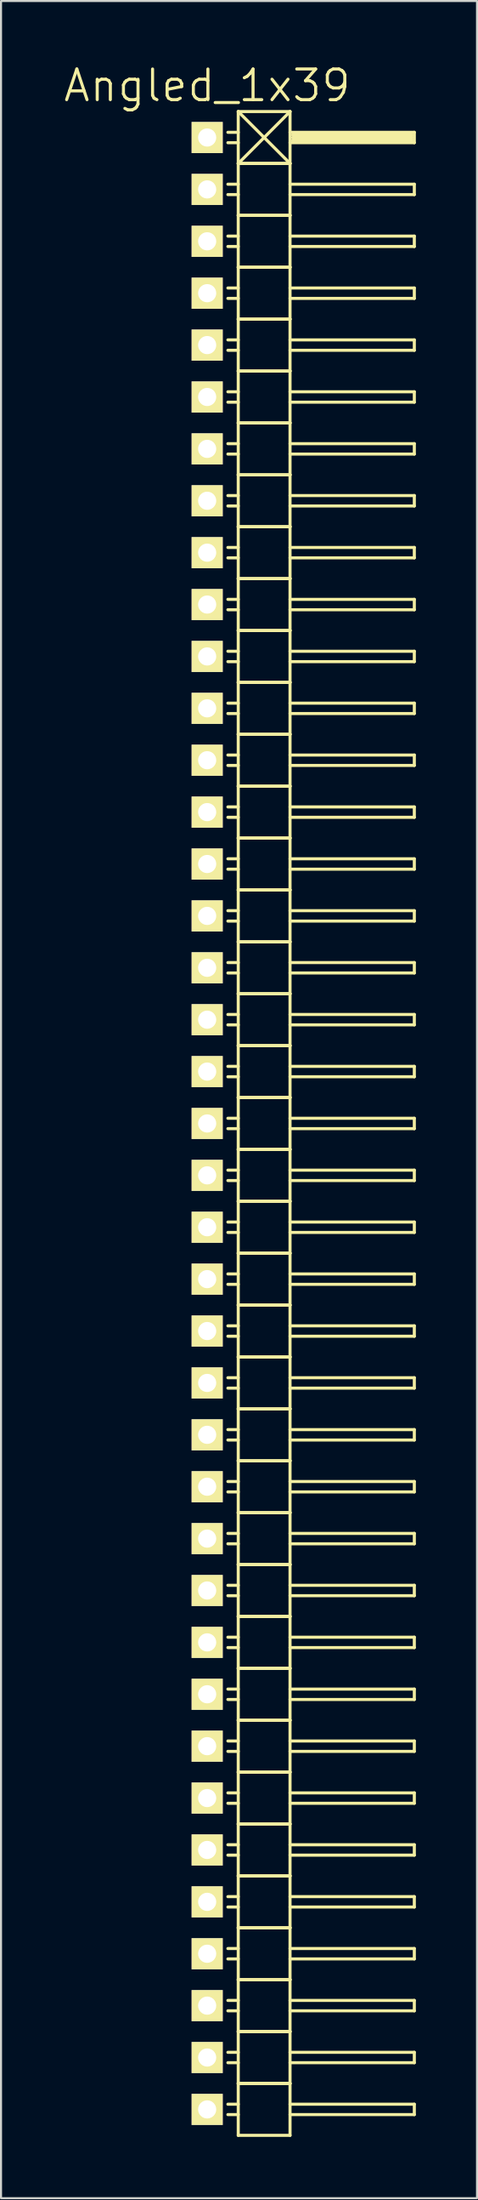
<source format=kicad_pcb>
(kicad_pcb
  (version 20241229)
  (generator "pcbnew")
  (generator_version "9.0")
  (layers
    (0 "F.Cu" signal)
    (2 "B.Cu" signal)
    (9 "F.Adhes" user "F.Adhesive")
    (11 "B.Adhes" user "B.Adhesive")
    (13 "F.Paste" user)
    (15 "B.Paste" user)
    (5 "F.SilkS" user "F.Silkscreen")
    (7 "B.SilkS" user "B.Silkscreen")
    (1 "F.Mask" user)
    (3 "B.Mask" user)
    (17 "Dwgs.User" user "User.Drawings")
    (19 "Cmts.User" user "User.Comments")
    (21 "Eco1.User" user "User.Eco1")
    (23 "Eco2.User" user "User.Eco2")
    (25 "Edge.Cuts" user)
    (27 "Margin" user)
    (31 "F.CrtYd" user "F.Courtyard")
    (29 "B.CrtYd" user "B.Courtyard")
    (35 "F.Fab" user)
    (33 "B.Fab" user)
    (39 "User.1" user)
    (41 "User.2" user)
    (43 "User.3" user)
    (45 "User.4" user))
  (footprint "Angled_1x39"
    (layer "F.Cu")
    (at 7.111 51.941)
    (property "Reference" "Angled_1x39" (at 0 -50.8 0) (layer "F.SilkS") (effects (font (size 1.5 1.5) (thickness 0.15))))
    (attr through_hole)
    (fp_line (start 1.524 -49.53) (end 1.524 -46.99) (stroke (width 0.15) (type solid)) (layer "F.SilkS"))
    (fp_line (start 1.524 -49.53) (end 4.064 -49.53) (stroke (width 0.15) (type solid)) (layer "F.SilkS"))
    (fp_line (start 1.524 -48.514) (end 1.016 -48.514) (stroke (width 0.15) (type solid)) (layer "F.SilkS"))
    (fp_line (start 1.524 -48.006) (end 1.016 -48.006) (stroke (width 0.15) (type solid)) (layer "F.SilkS"))
    (fp_line (start 1.524 -46.99) (end 1.524 -44.45) (stroke (width 0.15) (type solid)) (layer "F.SilkS"))
    (fp_line (start 1.524 -46.99) (end 4.064 -46.99) (stroke (width 0.15) (type solid)) (layer "F.SilkS"))
    (fp_line (start 1.524 -46.99) (end 4.064 -46.99) (stroke (width 0.15) (type solid)) (layer "F.SilkS"))
    (fp_line (start 1.524 -45.974) (end 1.016 -45.974) (stroke (width 0.15) (type solid)) (layer "F.SilkS"))
    (fp_line (start 1.524 -45.466) (end 1.016 -45.466) (stroke (width 0.15) (type solid)) (layer "F.SilkS"))
    (fp_line (start 1.524 -44.45) (end 1.524 -41.91) (stroke (width 0.15) (type solid)) (layer "F.SilkS"))
    (fp_line (start 1.524 -44.45) (end 4.064 -44.45) (stroke (width 0.15) (type solid)) (layer "F.SilkS"))
    (fp_line (start 1.524 -44.45) (end 4.064 -44.45) (stroke (width 0.15) (type solid)) (layer "F.SilkS"))
    (fp_line (start 1.524 -43.434) (end 1.016 -43.434) (stroke (width 0.15) (type solid)) (layer "F.SilkS"))
    (fp_line (start 1.524 -42.926) (end 1.016 -42.926) (stroke (width 0.15) (type solid)) (layer "F.SilkS"))
    (fp_line (start 1.524 -41.91) (end 1.524 -39.37) (stroke (width 0.15) (type solid)) (layer "F.SilkS"))
    (fp_line (start 1.524 -41.91) (end 4.064 -41.91) (stroke (width 0.15) (type solid)) (layer "F.SilkS"))
    (fp_line (start 1.524 -41.91) (end 4.064 -41.91) (stroke (width 0.15) (type solid)) (layer "F.SilkS"))
    (fp_line (start 1.524 -40.894) (end 1.016 -40.894) (stroke (width 0.15) (type solid)) (layer "F.SilkS"))
    (fp_line (start 1.524 -40.386) (end 1.016 -40.386) (stroke (width 0.15) (type solid)) (layer "F.SilkS"))
    (fp_line (start 1.524 -39.37) (end 1.524 -36.83) (stroke (width 0.15) (type solid)) (layer "F.SilkS"))
    (fp_line (start 1.524 -39.37) (end 4.064 -39.37) (stroke (width 0.15) (type solid)) (layer "F.SilkS"))
    (fp_line (start 1.524 -39.37) (end 4.064 -39.37) (stroke (width 0.15) (type solid)) (layer "F.SilkS"))
    (fp_line (start 1.524 -38.354) (end 1.016 -38.354) (stroke (width 0.15) (type solid)) (layer "F.SilkS"))
    (fp_line (start 1.524 -37.846) (end 1.016 -37.846) (stroke (width 0.15) (type solid)) (layer "F.SilkS"))
    (fp_line (start 1.524 -36.83) (end 1.524 -34.29) (stroke (width 0.15) (type solid)) (layer "F.SilkS"))
    (fp_line (start 1.524 -36.83) (end 4.064 -36.83) (stroke (width 0.15) (type solid)) (layer "F.SilkS"))
    (fp_line (start 1.524 -36.83) (end 4.064 -36.83) (stroke (width 0.15) (type solid)) (layer "F.SilkS"))
    (fp_line (start 1.524 -35.814) (end 1.016 -35.814) (stroke (width 0.15) (type solid)) (layer "F.SilkS"))
    (fp_line (start 1.524 -35.306) (end 1.016 -35.306) (stroke (width 0.15) (type solid)) (layer "F.SilkS"))
    (fp_line (start 1.524 -34.29) (end 1.524 -31.75) (stroke (width 0.15) (type solid)) (layer "F.SilkS"))
    (fp_line (start 1.524 -34.29) (end 4.064 -34.29) (stroke (width 0.15) (type solid)) (layer "F.SilkS"))
    (fp_line (start 1.524 -34.29) (end 4.064 -34.29) (stroke (width 0.15) (type solid)) (layer "F.SilkS"))
    (fp_line (start 1.524 -33.274) (end 1.016 -33.274) (stroke (width 0.15) (type solid)) (layer "F.SilkS"))
    (fp_line (start 1.524 -32.766) (end 1.016 -32.766) (stroke (width 0.15) (type solid)) (layer "F.SilkS"))
    (fp_line (start 1.524 -31.75) (end 1.524 -29.21) (stroke (width 0.15) (type solid)) (layer "F.SilkS"))
    (fp_line (start 1.524 -31.75) (end 4.064 -31.75) (stroke (width 0.15) (type solid)) (layer "F.SilkS"))
    (fp_line (start 1.524 -31.75) (end 4.064 -31.75) (stroke (width 0.15) (type solid)) (layer "F.SilkS"))
    (fp_line (start 1.524 -30.734) (end 1.016 -30.734) (stroke (width 0.15) (type solid)) (layer "F.SilkS"))
    (fp_line (start 1.524 -30.226) (end 1.016 -30.226) (stroke (width 0.15) (type solid)) (layer "F.SilkS"))
    (fp_line (start 1.524 -29.21) (end 1.524 -26.67) (stroke (width 0.15) (type solid)) (layer "F.SilkS"))
    (fp_line (start 1.524 -29.21) (end 4.064 -29.21) (stroke (width 0.15) (type solid)) (layer "F.SilkS"))
    (fp_line (start 1.524 -29.21) (end 4.064 -29.21) (stroke (width 0.15) (type solid)) (layer "F.SilkS"))
    (fp_line (start 1.524 -28.194) (end 1.016 -28.194) (stroke (width 0.15) (type solid)) (layer "F.SilkS"))
    (fp_line (start 1.524 -27.686) (end 1.016 -27.686) (stroke (width 0.15) (type solid)) (layer "F.SilkS"))
    (fp_line (start 1.524 -26.67) (end 1.524 -24.13) (stroke (width 0.15) (type solid)) (layer "F.SilkS"))
    (fp_line (start 1.524 -26.67) (end 4.064 -26.67) (stroke (width 0.15) (type solid)) (layer "F.SilkS"))
    (fp_line (start 1.524 -26.67) (end 4.064 -26.67) (stroke (width 0.15) (type solid)) (layer "F.SilkS"))
    (fp_line (start 1.524 -25.654) (end 1.016 -25.654) (stroke (width 0.15) (type solid)) (layer "F.SilkS"))
    (fp_line (start 1.524 -25.146) (end 1.016 -25.146) (stroke (width 0.15) (type solid)) (layer "F.SilkS"))
    (fp_line (start 1.524 -24.13) (end 1.524 -21.59) (stroke (width 0.15) (type solid)) (layer "F.SilkS"))
    (fp_line (start 1.524 -24.13) (end 4.064 -24.13) (stroke (width 0.15) (type solid)) (layer "F.SilkS"))
    (fp_line (start 1.524 -24.13) (end 4.064 -24.13) (stroke (width 0.15) (type solid)) (layer "F.SilkS"))
    (fp_line (start 1.524 -23.114) (end 1.016 -23.114) (stroke (width 0.15) (type solid)) (layer "F.SilkS"))
    (fp_line (start 1.524 -22.606) (end 1.016 -22.606) (stroke (width 0.15) (type solid)) (layer "F.SilkS"))
    (fp_line (start 1.524 -21.59) (end 1.524 -19.05) (stroke (width 0.15) (type solid)) (layer "F.SilkS"))
    (fp_line (start 1.524 -21.59) (end 4.064 -21.59) (stroke (width 0.15) (type solid)) (layer "F.SilkS"))
    (fp_line (start 1.524 -21.59) (end 4.064 -21.59) (stroke (width 0.15) (type solid)) (layer "F.SilkS"))
    (fp_line (start 1.524 -20.574) (end 1.016 -20.574) (stroke (width 0.15) (type solid)) (layer "F.SilkS"))
    (fp_line (start 1.524 -20.066) (end 1.016 -20.066) (stroke (width 0.15) (type solid)) (layer "F.SilkS"))
    (fp_line (start 1.524 -19.05) (end 1.524 -16.51) (stroke (width 0.15) (type solid)) (layer "F.SilkS"))
    (fp_line (start 1.524 -19.05) (end 4.064 -19.05) (stroke (width 0.15) (type solid)) (layer "F.SilkS"))
    (fp_line (start 1.524 -19.05) (end 4.064 -19.05) (stroke (width 0.15) (type solid)) (layer "F.SilkS"))
    (fp_line (start 1.524 -18.034) (end 1.016 -18.034) (stroke (width 0.15) (type solid)) (layer "F.SilkS"))
    (fp_line (start 1.524 -17.526) (end 1.016 -17.526) (stroke (width 0.15) (type solid)) (layer "F.SilkS"))
    (fp_line (start 1.524 -16.51) (end 1.524 -13.97) (stroke (width 0.15) (type solid)) (layer "F.SilkS"))
    (fp_line (start 1.524 -16.51) (end 4.064 -16.51) (stroke (width 0.15) (type solid)) (layer "F.SilkS"))
    (fp_line (start 1.524 -16.51) (end 4.064 -16.51) (stroke (width 0.15) (type solid)) (layer "F.SilkS"))
    (fp_line (start 1.524 -15.494) (end 1.016 -15.494) (stroke (width 0.15) (type solid)) (layer "F.SilkS"))
    (fp_line (start 1.524 -14.986) (end 1.016 -14.986) (stroke (width 0.15) (type solid)) (layer "F.SilkS"))
    (fp_line (start 1.524 -13.97) (end 1.524 -11.43) (stroke (width 0.15) (type solid)) (layer "F.SilkS"))
    (fp_line (start 1.524 -13.97) (end 4.064 -13.97) (stroke (width 0.15) (type solid)) (layer "F.SilkS"))
    (fp_line (start 1.524 -13.97) (end 4.064 -13.97) (stroke (width 0.15) (type solid)) (layer "F.SilkS"))
    (fp_line (start 1.524 -12.954) (end 1.016 -12.954) (stroke (width 0.15) (type solid)) (layer "F.SilkS"))
    (fp_line (start 1.524 -12.446) (end 1.016 -12.446) (stroke (width 0.15) (type solid)) (layer "F.SilkS"))
    (fp_line (start 1.524 -11.43) (end 1.524 -8.89) (stroke (width 0.15) (type solid)) (layer "F.SilkS"))
    (fp_line (start 1.524 -11.43) (end 4.064 -11.43) (stroke (width 0.15) (type solid)) (layer "F.SilkS"))
    (fp_line (start 1.524 -11.43) (end 4.064 -11.43) (stroke (width 0.15) (type solid)) (layer "F.SilkS"))
    (fp_line (start 1.524 -10.414) (end 1.016 -10.414) (stroke (width 0.15) (type solid)) (layer "F.SilkS"))
    (fp_line (start 1.524 -9.906) (end 1.016 -9.906) (stroke (width 0.15) (type solid)) (layer "F.SilkS"))
    (fp_line (start 1.524 -8.89) (end 1.524 -6.35) (stroke (width 0.15) (type solid)) (layer "F.SilkS"))
    (fp_line (start 1.524 -8.89) (end 4.064 -8.89) (stroke (width 0.15) (type solid)) (layer "F.SilkS"))
    (fp_line (start 1.524 -8.89) (end 4.064 -8.89) (stroke (width 0.15) (type solid)) (layer "F.SilkS"))
    (fp_line (start 1.524 -7.874) (end 1.016 -7.874) (stroke (width 0.15) (type solid)) (layer "F.SilkS"))
    (fp_line (start 1.524 -7.366) (end 1.016 -7.366) (stroke (width 0.15) (type solid)) (layer "F.SilkS"))
    (fp_line (start 1.524 -6.35) (end 1.524 -3.81) (stroke (width 0.15) (type solid)) (layer "F.SilkS"))
    (fp_line (start 1.524 -6.35) (end 4.064 -6.35) (stroke (width 0.15) (type solid)) (layer "F.SilkS"))
    (fp_line (start 1.524 -6.35) (end 4.064 -6.35) (stroke (width 0.15) (type solid)) (layer "F.SilkS"))
    (fp_line (start 1.524 -5.334) (end 1.016 -5.334) (stroke (width 0.15) (type solid)) (layer "F.SilkS"))
    (fp_line (start 1.524 -4.826) (end 1.016 -4.826) (stroke (width 0.15) (type solid)) (layer "F.SilkS"))
    (fp_line (start 1.524 -3.81) (end 1.524 -1.27) (stroke (width 0.15) (type solid)) (layer "F.SilkS"))
    (fp_line (start 1.524 -3.81) (end 4.064 -3.81) (stroke (width 0.15) (type solid)) (layer "F.SilkS"))
    (fp_line (start 1.524 -3.81) (end 4.064 -3.81) (stroke (width 0.15) (type solid)) (layer "F.SilkS"))
    (fp_line (start 1.524 -2.794) (end 1.016 -2.794) (stroke (width 0.15) (type solid)) (layer "F.SilkS"))
    (fp_line (start 1.524 -2.286) (end 1.016 -2.286) (stroke (width 0.15) (type solid)) (layer "F.SilkS"))
    (fp_line (start 1.524 -1.27) (end 1.524 1.27) (stroke (width 0.15) (type solid)) (layer "F.SilkS"))
    (fp_line (start 1.524 -1.27) (end 4.064 -1.27) (stroke (width 0.15) (type solid)) (layer "F.SilkS"))
    (fp_line (start 1.524 -1.27) (end 4.064 -1.27) (stroke (width 0.15) (type solid)) (layer "F.SilkS"))
    (fp_line (start 1.524 -0.254) (end 1.016 -0.254) (stroke (width 0.15) (type solid)) (layer "F.SilkS"))
    (fp_line (start 1.524 0.254) (end 1.016 0.254) (stroke (width 0.15) (type solid)) (layer "F.SilkS"))
    (fp_line (start 1.524 1.27) (end 1.524 3.81) (stroke (width 0.15) (type solid)) (layer "F.SilkS"))
    (fp_line (start 1.524 1.27) (end 4.064 1.27) (stroke (width 0.15) (type solid)) (layer "F.SilkS"))
    (fp_line (start 1.524 1.27) (end 4.064 1.27) (stroke (width 0.15) (type solid)) (layer "F.SilkS"))
    (fp_line (start 1.524 2.286) (end 1.016 2.286) (stroke (width 0.15) (type solid)) (layer "F.SilkS"))
    (fp_line (start 1.524 2.794) (end 1.016 2.794) (stroke (width 0.15) (type solid)) (layer "F.SilkS"))
    (fp_line (start 1.524 3.81) (end 1.524 6.35) (stroke (width 0.15) (type solid)) (layer "F.SilkS"))
    (fp_line (start 1.524 3.81) (end 4.064 3.81) (stroke (width 0.15) (type solid)) (layer "F.SilkS"))
    (fp_line (start 1.524 3.81) (end 4.064 3.81) (stroke (width 0.15) (type solid)) (layer "F.SilkS"))
    (fp_line (start 1.524 4.826) (end 1.016 4.826) (stroke (width 0.15) (type solid)) (layer "F.SilkS"))
    (fp_line (start 1.524 5.334) (end 1.016 5.334) (stroke (width 0.15) (type solid)) (layer "F.SilkS"))
    (fp_line (start 1.524 6.35) (end 1.524 8.89) (stroke (width 0.15) (type solid)) (layer "F.SilkS"))
    (fp_line (start 1.524 6.35) (end 4.064 6.35) (stroke (width 0.15) (type solid)) (layer "F.SilkS"))
    (fp_line (start 1.524 6.35) (end 4.064 6.35) (stroke (width 0.15) (type solid)) (layer "F.SilkS"))
    (fp_line (start 1.524 7.366) (end 1.016 7.366) (stroke (width 0.15) (type solid)) (layer "F.SilkS"))
    (fp_line (start 1.524 7.874) (end 1.016 7.874) (stroke (width 0.15) (type solid)) (layer "F.SilkS"))
    (fp_line (start 1.524 8.89) (end 1.524 11.43) (stroke (width 0.15) (type solid)) (layer "F.SilkS"))
    (fp_line (start 1.524 8.89) (end 4.064 8.89) (stroke (width 0.15) (type solid)) (layer "F.SilkS"))
    (fp_line (start 1.524 8.89) (end 4.064 8.89) (stroke (width 0.15) (type solid)) (layer "F.SilkS"))
    (fp_line (start 1.524 9.906) (end 1.016 9.906) (stroke (width 0.15) (type solid)) (layer "F.SilkS"))
    (fp_line (start 1.524 10.414) (end 1.016 10.414) (stroke (width 0.15) (type solid)) (layer "F.SilkS"))
    (fp_line (start 1.524 11.43) (end 1.524 13.97) (stroke (width 0.15) (type solid)) (layer "F.SilkS"))
    (fp_line (start 1.524 11.43) (end 4.064 11.43) (stroke (width 0.15) (type solid)) (layer "F.SilkS"))
    (fp_line (start 1.524 11.43) (end 4.064 11.43) (stroke (width 0.15) (type solid)) (layer "F.SilkS"))
    (fp_line (start 1.524 12.446) (end 1.016 12.446) (stroke (width 0.15) (type solid)) (layer "F.SilkS"))
    (fp_line (start 1.524 12.954) (end 1.016 12.954) (stroke (width 0.15) (type solid)) (layer "F.SilkS"))
    (fp_line (start 1.524 13.97) (end 1.524 16.51) (stroke (width 0.15) (type solid)) (layer "F.SilkS"))
    (fp_line (start 1.524 13.97) (end 4.064 13.97) (stroke (width 0.15) (type solid)) (layer "F.SilkS"))
    (fp_line (start 1.524 13.97) (end 4.064 13.97) (stroke (width 0.15) (type solid)) (layer "F.SilkS"))
    (fp_line (start 1.524 14.986) (end 1.016 14.986) (stroke (width 0.15) (type solid)) (layer "F.SilkS"))
    (fp_line (start 1.524 15.494) (end 1.016 15.494) (stroke (width 0.15) (type solid)) (layer "F.SilkS"))
    (fp_line (start 1.524 16.51) (end 1.524 19.05) (stroke (width 0.15) (type solid)) (layer "F.SilkS"))
    (fp_line (start 1.524 16.51) (end 4.064 16.51) (stroke (width 0.15) (type solid)) (layer "F.SilkS"))
    (fp_line (start 1.524 16.51) (end 4.064 16.51) (stroke (width 0.15) (type solid)) (layer "F.SilkS"))
    (fp_line (start 1.524 17.526) (end 1.016 17.526) (stroke (width 0.15) (type solid)) (layer "F.SilkS"))
    (fp_line (start 1.524 18.034) (end 1.016 18.034) (stroke (width 0.15) (type solid)) (layer "F.SilkS"))
    (fp_line (start 1.524 19.05) (end 1.524 21.59) (stroke (width 0.15) (type solid)) (layer "F.SilkS"))
    (fp_line (start 1.524 19.05) (end 4.064 19.05) (stroke (width 0.15) (type solid)) (layer "F.SilkS"))
    (fp_line (start 1.524 19.05) (end 4.064 19.05) (stroke (width 0.15) (type solid)) (layer "F.SilkS"))
    (fp_line (start 1.524 20.066) (end 1.016 20.066) (stroke (width 0.15) (type solid)) (layer "F.SilkS"))
    (fp_line (start 1.524 20.574) (end 1.016 20.574) (stroke (width 0.15) (type solid)) (layer "F.SilkS"))
    (fp_line (start 1.524 21.59) (end 1.524 24.13) (stroke (width 0.15) (type solid)) (layer "F.SilkS"))
    (fp_line (start 1.524 21.59) (end 4.064 21.59) (stroke (width 0.15) (type solid)) (layer "F.SilkS"))
    (fp_line (start 1.524 21.59) (end 4.064 21.59) (stroke (width 0.15) (type solid)) (layer "F.SilkS"))
    (fp_line (start 1.524 22.606) (end 1.016 22.606) (stroke (width 0.15) (type solid)) (layer "F.SilkS"))
    (fp_line (start 1.524 23.114) (end 1.016 23.114) (stroke (width 0.15) (type solid)) (layer "F.SilkS"))
    (fp_line (start 1.524 24.13) (end 1.524 26.67) (stroke (width 0.15) (type solid)) (layer "F.SilkS"))
    (fp_line (start 1.524 24.13) (end 4.064 24.13) (stroke (width 0.15) (type solid)) (layer "F.SilkS"))
    (fp_line (start 1.524 24.13) (end 4.064 24.13) (stroke (width 0.15) (type solid)) (layer "F.SilkS"))
    (fp_line (start 1.524 25.146) (end 1.016 25.146) (stroke (width 0.15) (type solid)) (layer "F.SilkS"))
    (fp_line (start 1.524 25.654) (end 1.016 25.654) (stroke (width 0.15) (type solid)) (layer "F.SilkS"))
    (fp_line (start 1.524 26.67) (end 1.524 29.21) (stroke (width 0.15) (type solid)) (layer "F.SilkS"))
    (fp_line (start 1.524 26.67) (end 4.064 26.67) (stroke (width 0.15) (type solid)) (layer "F.SilkS"))
    (fp_line (start 1.524 26.67) (end 4.064 26.67) (stroke (width 0.15) (type solid)) (layer "F.SilkS"))
    (fp_line (start 1.524 27.686) (end 1.016 27.686) (stroke (width 0.15) (type solid)) (layer "F.SilkS"))
    (fp_line (start 1.524 28.194) (end 1.016 28.194) (stroke (width 0.15) (type solid)) (layer "F.SilkS"))
    (fp_line (start 1.524 29.21) (end 1.524 31.75) (stroke (width 0.15) (type solid)) (layer "F.SilkS"))
    (fp_line (start 1.524 29.21) (end 4.064 29.21) (stroke (width 0.15) (type solid)) (layer "F.SilkS"))
    (fp_line (start 1.524 29.21) (end 4.064 29.21) (stroke (width 0.15) (type solid)) (layer "F.SilkS"))
    (fp_line (start 1.524 30.226) (end 1.016 30.226) (stroke (width 0.15) (type solid)) (layer "F.SilkS"))
    (fp_line (start 1.524 30.734) (end 1.016 30.734) (stroke (width 0.15) (type solid)) (layer "F.SilkS"))
    (fp_line (start 1.524 31.75) (end 1.524 34.29) (stroke (width 0.15) (type solid)) (layer "F.SilkS"))
    (fp_line (start 1.524 31.75) (end 4.064 31.75) (stroke (width 0.15) (type solid)) (layer "F.SilkS"))
    (fp_line (start 1.524 31.75) (end 4.064 31.75) (stroke (width 0.15) (type solid)) (layer "F.SilkS"))
    (fp_line (start 1.524 32.766) (end 1.016 32.766) (stroke (width 0.15) (type solid)) (layer "F.SilkS"))
    (fp_line (start 1.524 33.274) (end 1.016 33.274) (stroke (width 0.15) (type solid)) (layer "F.SilkS"))
    (fp_line (start 1.524 34.29) (end 1.524 36.83) (stroke (width 0.15) (type solid)) (layer "F.SilkS"))
    (fp_line (start 1.524 34.29) (end 4.064 34.29) (stroke (width 0.15) (type solid)) (layer "F.SilkS"))
    (fp_line (start 1.524 34.29) (end 4.064 34.29) (stroke (width 0.15) (type solid)) (layer "F.SilkS"))
    (fp_line (start 1.524 35.306) (end 1.016 35.306) (stroke (width 0.15) (type solid)) (layer "F.SilkS"))
    (fp_line (start 1.524 35.814) (end 1.016 35.814) (stroke (width 0.15) (type solid)) (layer "F.SilkS"))
    (fp_line (start 1.524 36.83) (end 1.524 39.37) (stroke (width 0.15) (type solid)) (layer "F.SilkS"))
    (fp_line (start 1.524 36.83) (end 4.064 36.83) (stroke (width 0.15) (type solid)) (layer "F.SilkS"))
    (fp_line (start 1.524 36.83) (end 4.064 36.83) (stroke (width 0.15) (type solid)) (layer "F.SilkS"))
    (fp_line (start 1.524 37.846) (end 1.016 37.846) (stroke (width 0.15) (type solid)) (layer "F.SilkS"))
    (fp_line (start 1.524 38.354) (end 1.016 38.354) (stroke (width 0.15) (type solid)) (layer "F.SilkS"))
    (fp_line (start 1.524 39.37) (end 1.524 41.91) (stroke (width 0.15) (type solid)) (layer "F.SilkS"))
    (fp_line (start 1.524 39.37) (end 4.064 39.37) (stroke (width 0.15) (type solid)) (layer "F.SilkS"))
    (fp_line (start 1.524 39.37) (end 4.064 39.37) (stroke (width 0.15) (type solid)) (layer "F.SilkS"))
    (fp_line (start 1.524 40.386) (end 1.016 40.386) (stroke (width 0.15) (type solid)) (layer "F.SilkS"))
    (fp_line (start 1.524 40.894) (end 1.016 40.894) (stroke (width 0.15) (type solid)) (layer "F.SilkS"))
    (fp_line (start 1.524 41.91) (end 1.524 44.45) (stroke (width 0.15) (type solid)) (layer "F.SilkS"))
    (fp_line (start 1.524 41.91) (end 4.064 41.91) (stroke (width 0.15) (type solid)) (layer "F.SilkS"))
    (fp_line (start 1.524 41.91) (end 4.064 41.91) (stroke (width 0.15) (type solid)) (layer "F.SilkS"))
    (fp_line (start 1.524 42.926) (end 1.016 42.926) (stroke (width 0.15) (type solid)) (layer "F.SilkS"))
    (fp_line (start 1.524 43.434) (end 1.016 43.434) (stroke (width 0.15) (type solid)) (layer "F.SilkS"))
    (fp_line (start 1.524 44.45) (end 1.524 46.99) (stroke (width 0.15) (type solid)) (layer "F.SilkS"))
    (fp_line (start 1.524 44.45) (end 4.064 44.45) (stroke (width 0.15) (type solid)) (layer "F.SilkS"))
    (fp_line (start 1.524 44.45) (end 4.064 44.45) (stroke (width 0.15) (type solid)) (layer "F.SilkS"))
    (fp_line (start 1.524 45.466) (end 1.016 45.466) (stroke (width 0.15) (type solid)) (layer "F.SilkS"))
    (fp_line (start 1.524 45.974) (end 1.016 45.974) (stroke (width 0.15) (type solid)) (layer "F.SilkS"))
    (fp_line (start 1.524 46.99) (end 1.524 49.53) (stroke (width 0.15) (type solid)) (layer "F.SilkS"))
    (fp_line (start 1.524 46.99) (end 4.064 46.99) (stroke (width 0.15) (type solid)) (layer "F.SilkS"))
    (fp_line (start 1.524 46.99) (end 4.064 46.99) (stroke (width 0.15) (type solid)) (layer "F.SilkS"))
    (fp_line (start 1.524 48.006) (end 1.016 48.006) (stroke (width 0.15) (type solid)) (layer "F.SilkS"))
    (fp_line (start 1.524 48.514) (end 1.016 48.514) (stroke (width 0.15) (type solid)) (layer "F.SilkS"))
    (fp_line (start 1.524 49.53) (end 4.064 49.53) (stroke (width 0.15) (type solid)) (layer "F.SilkS"))
    (fp_line (start 4.064 -49.53) (end 1.524 -46.99) (stroke (width 0.15) (type solid)) (layer "F.SilkS"))
    (fp_line (start 4.064 -48.514) (end 10.16 -48.514) (stroke (width 0.15) (type solid)) (layer "F.SilkS"))
    (fp_line (start 4.064 -46.99) (end 1.524 -49.53) (stroke (width 0.15) (type solid)) (layer "F.SilkS"))
    (fp_line (start 4.064 -46.99) (end 4.064 -49.53) (stroke (width 0.15) (type solid)) (layer "F.SilkS"))
    (fp_line (start 4.064 -45.974) (end 10.16 -45.974) (stroke (width 0.15) (type solid)) (layer "F.SilkS"))
    (fp_line (start 4.064 -44.45) (end 4.064 -46.99) (stroke (width 0.15) (type solid)) (layer "F.SilkS"))
    (fp_line (start 4.064 -43.434) (end 10.16 -43.434) (stroke (width 0.15) (type solid)) (layer "F.SilkS"))
    (fp_line (start 4.064 -41.91) (end 4.064 -44.45) (stroke (width 0.15) (type solid)) (layer "F.SilkS"))
    (fp_line (start 4.064 -40.894) (end 10.16 -40.894) (stroke (width 0.15) (type solid)) (layer "F.SilkS"))
    (fp_line (start 4.064 -39.37) (end 4.064 -41.91) (stroke (width 0.15) (type solid)) (layer "F.SilkS"))
    (fp_line (start 4.064 -38.354) (end 10.16 -38.354) (stroke (width 0.15) (type solid)) (layer "F.SilkS"))
    (fp_line (start 4.064 -36.83) (end 4.064 -39.37) (stroke (width 0.15) (type solid)) (layer "F.SilkS"))
    (fp_line (start 4.064 -35.814) (end 10.16 -35.814) (stroke (width 0.15) (type solid)) (layer "F.SilkS"))
    (fp_line (start 4.064 -34.29) (end 4.064 -36.83) (stroke (width 0.15) (type solid)) (layer "F.SilkS"))
    (fp_line (start 4.064 -33.274) (end 10.16 -33.274) (stroke (width 0.15) (type solid)) (layer "F.SilkS"))
    (fp_line (start 4.064 -31.75) (end 4.064 -34.29) (stroke (width 0.15) (type solid)) (layer "F.SilkS"))
    (fp_line (start 4.064 -30.734) (end 10.16 -30.734) (stroke (width 0.15) (type solid)) (layer "F.SilkS"))
    (fp_line (start 4.064 -29.21) (end 4.064 -31.75) (stroke (width 0.15) (type solid)) (layer "F.SilkS"))
    (fp_line (start 4.064 -28.194) (end 10.16 -28.194) (stroke (width 0.15) (type solid)) (layer "F.SilkS"))
    (fp_line (start 4.064 -26.67) (end 4.064 -29.21) (stroke (width 0.15) (type solid)) (layer "F.SilkS"))
    (fp_line (start 4.064 -25.654) (end 10.16 -25.654) (stroke (width 0.15) (type solid)) (layer "F.SilkS"))
    (fp_line (start 4.064 -24.13) (end 4.064 -26.67) (stroke (width 0.15) (type solid)) (layer "F.SilkS"))
    (fp_line (start 4.064 -23.114) (end 10.16 -23.114) (stroke (width 0.15) (type solid)) (layer "F.SilkS"))
    (fp_line (start 4.064 -21.59) (end 4.064 -24.13) (stroke (width 0.15) (type solid)) (layer "F.SilkS"))
    (fp_line (start 4.064 -20.574) (end 10.16 -20.574) (stroke (width 0.15) (type solid)) (layer "F.SilkS"))
    (fp_line (start 4.064 -19.05) (end 4.064 -21.59) (stroke (width 0.15) (type solid)) (layer "F.SilkS"))
    (fp_line (start 4.064 -18.034) (end 10.16 -18.034) (stroke (width 0.15) (type solid)) (layer "F.SilkS"))
    (fp_line (start 4.064 -16.51) (end 4.064 -19.05) (stroke (width 0.15) (type solid)) (layer "F.SilkS"))
    (fp_line (start 4.064 -15.494) (end 10.16 -15.494) (stroke (width 0.15) (type solid)) (layer "F.SilkS"))
    (fp_line (start 4.064 -13.97) (end 4.064 -16.51) (stroke (width 0.15) (type solid)) (layer "F.SilkS"))
    (fp_line (start 4.064 -12.954) (end 10.16 -12.954) (stroke (width 0.15) (type solid)) (layer "F.SilkS"))
    (fp_line (start 4.064 -11.43) (end 4.064 -13.97) (stroke (width 0.15) (type solid)) (layer "F.SilkS"))
    (fp_line (start 4.064 -10.414) (end 10.16 -10.414) (stroke (width 0.15) (type solid)) (layer "F.SilkS"))
    (fp_line (start 4.064 -8.89) (end 4.064 -11.43) (stroke (width 0.15) (type solid)) (layer "F.SilkS"))
    (fp_line (start 4.064 -7.874) (end 10.16 -7.874) (stroke (width 0.15) (type solid)) (layer "F.SilkS"))
    (fp_line (start 4.064 -6.35) (end 4.064 -8.89) (stroke (width 0.15) (type solid)) (layer "F.SilkS"))
    (fp_line (start 4.064 -5.334) (end 10.16 -5.334) (stroke (width 0.15) (type solid)) (layer "F.SilkS"))
    (fp_line (start 4.064 -3.81) (end 4.064 -6.35) (stroke (width 0.15) (type solid)) (layer "F.SilkS"))
    (fp_line (start 4.064 -2.794) (end 10.16 -2.794) (stroke (width 0.15) (type solid)) (layer "F.SilkS"))
    (fp_line (start 4.064 -1.27) (end 4.064 -3.81) (stroke (width 0.15) (type solid)) (layer "F.SilkS"))
    (fp_line (start 4.064 -0.254) (end 10.16 -0.254) (stroke (width 0.15) (type solid)) (layer "F.SilkS"))
    (fp_line (start 4.064 1.27) (end 4.064 -1.27) (stroke (width 0.15) (type solid)) (layer "F.SilkS"))
    (fp_line (start 4.064 2.286) (end 10.16 2.286) (stroke (width 0.15) (type solid)) (layer "F.SilkS"))
    (fp_line (start 4.064 3.81) (end 4.064 1.27) (stroke (width 0.15) (type solid)) (layer "F.SilkS"))
    (fp_line (start 4.064 4.826) (end 10.16 4.826) (stroke (width 0.15) (type solid)) (layer "F.SilkS"))
    (fp_line (start 4.064 6.35) (end 4.064 3.81) (stroke (width 0.15) (type solid)) (layer "F.SilkS"))
    (fp_line (start 4.064 7.366) (end 10.16 7.366) (stroke (width 0.15) (type solid)) (layer "F.SilkS"))
    (fp_line (start 4.064 8.89) (end 4.064 6.35) (stroke (width 0.15) (type solid)) (layer "F.SilkS"))
    (fp_line (start 4.064 9.906) (end 10.16 9.906) (stroke (width 0.15) (type solid)) (layer "F.SilkS"))
    (fp_line (start 4.064 11.43) (end 4.064 8.89) (stroke (width 0.15) (type solid)) (layer "F.SilkS"))
    (fp_line (start 4.064 12.446) (end 10.16 12.446) (stroke (width 0.15) (type solid)) (layer "F.SilkS"))
    (fp_line (start 4.064 13.97) (end 4.064 11.43) (stroke (width 0.15) (type solid)) (layer "F.SilkS"))
    (fp_line (start 4.064 14.986) (end 10.16 14.986) (stroke (width 0.15) (type solid)) (layer "F.SilkS"))
    (fp_line (start 4.064 16.51) (end 4.064 13.97) (stroke (width 0.15) (type solid)) (layer "F.SilkS"))
    (fp_line (start 4.064 17.526) (end 10.16 17.526) (stroke (width 0.15) (type solid)) (layer "F.SilkS"))
    (fp_line (start 4.064 19.05) (end 4.064 16.51) (stroke (width 0.15) (type solid)) (layer "F.SilkS"))
    (fp_line (start 4.064 20.066) (end 10.16 20.066) (stroke (width 0.15) (type solid)) (layer "F.SilkS"))
    (fp_line (start 4.064 21.59) (end 4.064 19.05) (stroke (width 0.15) (type solid)) (layer "F.SilkS"))
    (fp_line (start 4.064 22.606) (end 10.16 22.606) (stroke (width 0.15) (type solid)) (layer "F.SilkS"))
    (fp_line (start 4.064 24.13) (end 4.064 21.59) (stroke (width 0.15) (type solid)) (layer "F.SilkS"))
    (fp_line (start 4.064 25.146) (end 10.16 25.146) (stroke (width 0.15) (type solid)) (layer "F.SilkS"))
    (fp_line (start 4.064 26.67) (end 4.064 24.13) (stroke (width 0.15) (type solid)) (layer "F.SilkS"))
    (fp_line (start 4.064 27.686) (end 10.16 27.686) (stroke (width 0.15) (type solid)) (layer "F.SilkS"))
    (fp_line (start 4.064 29.21) (end 4.064 26.67) (stroke (width 0.15) (type solid)) (layer "F.SilkS"))
    (fp_line (start 4.064 30.226) (end 10.16 30.226) (stroke (width 0.15) (type solid)) (layer "F.SilkS"))
    (fp_line (start 4.064 31.75) (end 4.064 29.21) (stroke (width 0.15) (type solid)) (layer "F.SilkS"))
    (fp_line (start 4.064 32.766) (end 10.16 32.766) (stroke (width 0.15) (type solid)) (layer "F.SilkS"))
    (fp_line (start 4.064 34.29) (end 4.064 31.75) (stroke (width 0.15) (type solid)) (layer "F.SilkS"))
    (fp_line (start 4.064 35.306) (end 10.16 35.306) (stroke (width 0.15) (type solid)) (layer "F.SilkS"))
    (fp_line (start 4.064 36.83) (end 4.064 34.29) (stroke (width 0.15) (type solid)) (layer "F.SilkS"))
    (fp_line (start 4.064 37.846) (end 10.16 37.846) (stroke (width 0.15) (type solid)) (layer "F.SilkS"))
    (fp_line (start 4.064 39.37) (end 4.064 36.83) (stroke (width 0.15) (type solid)) (layer "F.SilkS"))
    (fp_line (start 4.064 40.386) (end 10.16 40.386) (stroke (width 0.15) (type solid)) (layer "F.SilkS"))
    (fp_line (start 4.064 41.91) (end 4.064 39.37) (stroke (width 0.15) (type solid)) (layer "F.SilkS"))
    (fp_line (start 4.064 42.926) (end 10.16 42.926) (stroke (width 0.15) (type solid)) (layer "F.SilkS"))
    (fp_line (start 4.064 44.45) (end 4.064 41.91) (stroke (width 0.15) (type solid)) (layer "F.SilkS"))
    (fp_line (start 4.064 45.466) (end 10.16 45.466) (stroke (width 0.15) (type solid)) (layer "F.SilkS"))
    (fp_line (start 4.064 46.99) (end 4.064 44.45) (stroke (width 0.15) (type solid)) (layer "F.SilkS"))
    (fp_line (start 4.064 48.006) (end 10.16 48.006) (stroke (width 0.15) (type solid)) (layer "F.SilkS"))
    (fp_line (start 4.064 49.53) (end 4.064 46.99) (stroke (width 0.15) (type solid)) (layer "F.SilkS"))
    (fp_line (start 4.191 -48.387) (end 10.033 -48.387) (stroke (width 0.15) (type solid)) (layer "F.SilkS"))
    (fp_line (start 4.191 -48.26) (end 10.033 -48.26) (stroke (width 0.15) (type solid)) (layer "F.SilkS"))
    (fp_line (start 10.033 -48.387) (end 10.033 -48.133) (stroke (width 0.15) (type solid)) (layer "F.SilkS"))
    (fp_line (start 10.033 -48.133) (end 4.191 -48.133) (stroke (width 0.15) (type solid)) (layer "F.SilkS"))
    (fp_line (start 10.16 -48.514) (end 10.16 -48.006) (stroke (width 0.15) (type solid)) (layer "F.SilkS"))
    (fp_line (start 10.16 -48.006) (end 4.064 -48.006) (stroke (width 0.15) (type solid)) (layer "F.SilkS"))
    (fp_line (start 10.16 -45.974) (end 10.16 -45.466) (stroke (width 0.15) (type solid)) (layer "F.SilkS"))
    (fp_line (start 10.16 -45.466) (end 4.064 -45.466) (stroke (width 0.15) (type solid)) (layer "F.SilkS"))
    (fp_line (start 10.16 -43.434) (end 10.16 -42.926) (stroke (width 0.15) (type solid)) (layer "F.SilkS"))
    (fp_line (start 10.16 -42.926) (end 4.064 -42.926) (stroke (width 0.15) (type solid)) (layer "F.SilkS"))
    (fp_line (start 10.16 -40.894) (end 10.16 -40.386) (stroke (width 0.15) (type solid)) (layer "F.SilkS"))
    (fp_line (start 10.16 -40.386) (end 4.064 -40.386) (stroke (width 0.15) (type solid)) (layer "F.SilkS"))
    (fp_line (start 10.16 -38.354) (end 10.16 -37.846) (stroke (width 0.15) (type solid)) (layer "F.SilkS"))
    (fp_line (start 10.16 -37.846) (end 4.064 -37.846) (stroke (width 0.15) (type solid)) (layer "F.SilkS"))
    (fp_line (start 10.16 -35.814) (end 10.16 -35.306) (stroke (width 0.15) (type solid)) (layer "F.SilkS"))
    (fp_line (start 10.16 -35.306) (end 4.064 -35.306) (stroke (width 0.15) (type solid)) (layer "F.SilkS"))
    (fp_line (start 10.16 -33.274) (end 10.16 -32.766) (stroke (width 0.15) (type solid)) (layer "F.SilkS"))
    (fp_line (start 10.16 -32.766) (end 4.064 -32.766) (stroke (width 0.15) (type solid)) (layer "F.SilkS"))
    (fp_line (start 10.16 -30.734) (end 10.16 -30.226) (stroke (width 0.15) (type solid)) (layer "F.SilkS"))
    (fp_line (start 10.16 -30.226) (end 4.064 -30.226) (stroke (width 0.15) (type solid)) (layer "F.SilkS"))
    (fp_line (start 10.16 -28.194) (end 10.16 -27.686) (stroke (width 0.15) (type solid)) (layer "F.SilkS"))
    (fp_line (start 10.16 -27.686) (end 4.064 -27.686) (stroke (width 0.15) (type solid)) (layer "F.SilkS"))
    (fp_line (start 10.16 -25.654) (end 10.16 -25.146) (stroke (width 0.15) (type solid)) (layer "F.SilkS"))
    (fp_line (start 10.16 -25.146) (end 4.064 -25.146) (stroke (width 0.15) (type solid)) (layer "F.SilkS"))
    (fp_line (start 10.16 -23.114) (end 10.16 -22.606) (stroke (width 0.15) (type solid)) (layer "F.SilkS"))
    (fp_line (start 10.16 -22.606) (end 4.064 -22.606) (stroke (width 0.15) (type solid)) (layer "F.SilkS"))
    (fp_line (start 10.16 -20.574) (end 10.16 -20.066) (stroke (width 0.15) (type solid)) (layer "F.SilkS"))
    (fp_line (start 10.16 -20.066) (end 4.064 -20.066) (stroke (width 0.15) (type solid)) (layer "F.SilkS"))
    (fp_line (start 10.16 -18.034) (end 10.16 -17.526) (stroke (width 0.15) (type solid)) (layer "F.SilkS"))
    (fp_line (start 10.16 -17.526) (end 4.064 -17.526) (stroke (width 0.15) (type solid)) (layer "F.SilkS"))
    (fp_line (start 10.16 -15.494) (end 10.16 -14.986) (stroke (width 0.15) (type solid)) (layer "F.SilkS"))
    (fp_line (start 10.16 -14.986) (end 4.064 -14.986) (stroke (width 0.15) (type solid)) (layer "F.SilkS"))
    (fp_line (start 10.16 -12.954) (end 10.16 -12.446) (stroke (width 0.15) (type solid)) (layer "F.SilkS"))
    (fp_line (start 10.16 -12.446) (end 4.064 -12.446) (stroke (width 0.15) (type solid)) (layer "F.SilkS"))
    (fp_line (start 10.16 -10.414) (end 10.16 -9.906) (stroke (width 0.15) (type solid)) (layer "F.SilkS"))
    (fp_line (start 10.16 -9.906) (end 4.064 -9.906) (stroke (width 0.15) (type solid)) (layer "F.SilkS"))
    (fp_line (start 10.16 -7.874) (end 10.16 -7.366) (stroke (width 0.15) (type solid)) (layer "F.SilkS"))
    (fp_line (start 10.16 -7.366) (end 4.064 -7.366) (stroke (width 0.15) (type solid)) (layer "F.SilkS"))
    (fp_line (start 10.16 -5.334) (end 10.16 -4.826) (stroke (width 0.15) (type solid)) (layer "F.SilkS"))
    (fp_line (start 10.16 -4.826) (end 4.064 -4.826) (stroke (width 0.15) (type solid)) (layer "F.SilkS"))
    (fp_line (start 10.16 -2.794) (end 10.16 -2.286) (stroke (width 0.15) (type solid)) (layer "F.SilkS"))
    (fp_line (start 10.16 -2.286) (end 4.064 -2.286) (stroke (width 0.15) (type solid)) (layer "F.SilkS"))
    (fp_line (start 10.16 -0.254) (end 10.16 0.254) (stroke (width 0.15) (type solid)) (layer "F.SilkS"))
    (fp_line (start 10.16 0.254) (end 4.064 0.254) (stroke (width 0.15) (type solid)) (layer "F.SilkS"))
    (fp_line (start 10.16 2.286) (end 10.16 2.794) (stroke (width 0.15) (type solid)) (layer "F.SilkS"))
    (fp_line (start 10.16 2.794) (end 4.064 2.794) (stroke (width 0.15) (type solid)) (layer "F.SilkS"))
    (fp_line (start 10.16 4.826) (end 10.16 5.334) (stroke (width 0.15) (type solid)) (layer "F.SilkS"))
    (fp_line (start 10.16 5.334) (end 4.064 5.334) (stroke (width 0.15) (type solid)) (layer "F.SilkS"))
    (fp_line (start 10.16 7.366) (end 10.16 7.874) (stroke (width 0.15) (type solid)) (layer "F.SilkS"))
    (fp_line (start 10.16 7.874) (end 4.064 7.874) (stroke (width 0.15) (type solid)) (layer "F.SilkS"))
    (fp_line (start 10.16 9.906) (end 10.16 10.414) (stroke (width 0.15) (type solid)) (layer "F.SilkS"))
    (fp_line (start 10.16 10.414) (end 4.064 10.414) (stroke (width 0.15) (type solid)) (layer "F.SilkS"))
    (fp_line (start 10.16 12.446) (end 10.16 12.954) (stroke (width 0.15) (type solid)) (layer "F.SilkS"))
    (fp_line (start 10.16 12.954) (end 4.064 12.954) (stroke (width 0.15) (type solid)) (layer "F.SilkS"))
    (fp_line (start 10.16 14.986) (end 10.16 15.494) (stroke (width 0.15) (type solid)) (layer "F.SilkS"))
    (fp_line (start 10.16 15.494) (end 4.064 15.494) (stroke (width 0.15) (type solid)) (layer "F.SilkS"))
    (fp_line (start 10.16 17.526) (end 10.16 18.034) (stroke (width 0.15) (type solid)) (layer "F.SilkS"))
    (fp_line (start 10.16 18.034) (end 4.064 18.034) (stroke (width 0.15) (type solid)) (layer "F.SilkS"))
    (fp_line (start 10.16 20.066) (end 10.16 20.574) (stroke (width 0.15) (type solid)) (layer "F.SilkS"))
    (fp_line (start 10.16 20.574) (end 4.064 20.574) (stroke (width 0.15) (type solid)) (layer "F.SilkS"))
    (fp_line (start 10.16 22.606) (end 10.16 23.114) (stroke (width 0.15) (type solid)) (layer "F.SilkS"))
    (fp_line (start 10.16 23.114) (end 4.064 23.114) (stroke (width 0.15) (type solid)) (layer "F.SilkS"))
    (fp_line (start 10.16 25.146) (end 10.16 25.654) (stroke (width 0.15) (type solid)) (layer "F.SilkS"))
    (fp_line (start 10.16 25.654) (end 4.064 25.654) (stroke (width 0.15) (type solid)) (layer "F.SilkS"))
    (fp_line (start 10.16 27.686) (end 10.16 28.194) (stroke (width 0.15) (type solid)) (layer "F.SilkS"))
    (fp_line (start 10.16 28.194) (end 4.064 28.194) (stroke (width 0.15) (type solid)) (layer "F.SilkS"))
    (fp_line (start 10.16 30.226) (end 10.16 30.734) (stroke (width 0.15) (type solid)) (layer "F.SilkS"))
    (fp_line (start 10.16 30.734) (end 4.064 30.734) (stroke (width 0.15) (type solid)) (layer "F.SilkS"))
    (fp_line (start 10.16 32.766) (end 10.16 33.274) (stroke (width 0.15) (type solid)) (layer "F.SilkS"))
    (fp_line (start 10.16 33.274) (end 4.064 33.274) (stroke (width 0.15) (type solid)) (layer "F.SilkS"))
    (fp_line (start 10.16 35.306) (end 10.16 35.814) (stroke (width 0.15) (type solid)) (layer "F.SilkS"))
    (fp_line (start 10.16 35.814) (end 4.064 35.814) (stroke (width 0.15) (type solid)) (layer "F.SilkS"))
    (fp_line (start 10.16 37.846) (end 10.16 38.354) (stroke (width 0.15) (type solid)) (layer "F.SilkS"))
    (fp_line (start 10.16 38.354) (end 4.064 38.354) (stroke (width 0.15) (type solid)) (layer "F.SilkS"))
    (fp_line (start 10.16 40.386) (end 10.16 40.894) (stroke (width 0.15) (type solid)) (layer "F.SilkS"))
    (fp_line (start 10.16 40.894) (end 4.064 40.894) (stroke (width 0.15) (type solid)) (layer "F.SilkS"))
    (fp_line (start 10.16 42.926) (end 10.16 43.434) (stroke (width 0.15) (type solid)) (layer "F.SilkS"))
    (fp_line (start 10.16 43.434) (end 4.064 43.434) (stroke (width 0.15) (type solid)) (layer "F.SilkS"))
    (fp_line (start 10.16 45.466) (end 10.16 45.974) (stroke (width 0.15) (type solid)) (layer "F.SilkS"))
    (fp_line (start 10.16 45.974) (end 4.064 45.974) (stroke (width 0.15) (type solid)) (layer "F.SilkS"))
    (fp_line (start 10.16 48.006) (end 10.16 48.514) (stroke (width 0.15) (type solid)) (layer "F.SilkS"))
    (fp_line (start 10.16 48.514) (end 4.064 48.514) (stroke (width 0.15) (type solid)) (layer "F.SilkS"))
    (pad "1" thru_hole rect (at 0 -48.26) (size 1.524 1.524) (drill 0.889) (layers "*.Cu" "*.Mask" "F.SilkS"))
    (pad "2" thru_hole rect (at 0 -45.72) (size 1.524 1.524) (drill 0.889) (layers "*.Cu" "*.Mask" "F.SilkS"))
    (pad "3" thru_hole rect (at 0 -43.18) (size 1.524 1.524) (drill 0.889) (layers "*.Cu" "*.Mask" "F.SilkS"))
    (pad "4" thru_hole rect (at 0 -40.64) (size 1.524 1.524) (drill 0.889) (layers "*.Cu" "*.Mask" "F.SilkS"))
    (pad "5" thru_hole rect (at 0 -38.1) (size 1.524 1.524) (drill 0.889) (layers "*.Cu" "*.Mask" "F.SilkS"))
    (pad "6" thru_hole rect (at 0 -35.56) (size 1.524 1.524) (drill 0.889) (layers "*.Cu" "*.Mask" "F.SilkS"))
    (pad "7" thru_hole rect (at 0 -33.02) (size 1.524 1.524) (drill 0.889) (layers "*.Cu" "*.Mask" "F.SilkS"))
    (pad "8" thru_hole rect (at 0 -30.48) (size 1.524 1.524) (drill 0.889) (layers "*.Cu" "*.Mask" "F.SilkS"))
    (pad "9" thru_hole rect (at 0 -27.94) (size 1.524 1.524) (drill 0.889) (layers "*.Cu" "*.Mask" "F.SilkS"))
    (pad "10" thru_hole rect (at 0 -25.4) (size 1.524 1.524) (drill 0.889) (layers "*.Cu" "*.Mask" "F.SilkS"))
    (pad "11" thru_hole rect (at 0 -22.86) (size 1.524 1.524) (drill 0.889) (layers "*.Cu" "*.Mask" "F.SilkS"))
    (pad "12" thru_hole rect (at 0 -20.32) (size 1.524 1.524) (drill 0.889) (layers "*.Cu" "*.Mask" "F.SilkS"))
    (pad "13" thru_hole rect (at 0 -17.78) (size 1.524 1.524) (drill 0.889) (layers "*.Cu" "*.Mask" "F.SilkS"))
    (pad "14" thru_hole rect (at 0 -15.24) (size 1.524 1.524) (drill 0.889) (layers "*.Cu" "*.Mask" "F.SilkS"))
    (pad "15" thru_hole rect (at 0 -12.7) (size 1.524 1.524) (drill 0.889) (layers "*.Cu" "*.Mask" "F.SilkS"))
    (pad "16" thru_hole rect (at 0 -10.16) (size 1.524 1.524) (drill 0.889) (layers "*.Cu" "*.Mask" "F.SilkS"))
    (pad "17" thru_hole rect (at 0 -7.62) (size 1.524 1.524) (drill 0.889) (layers "*.Cu" "*.Mask" "F.SilkS"))
    (pad "18" thru_hole rect (at 0 -5.08) (size 1.524 1.524) (drill 0.889) (layers "*.Cu" "*.Mask" "F.SilkS"))
    (pad "19" thru_hole rect (at 0 -2.54) (size 1.524 1.524) (drill 0.889) (layers "*.Cu" "*.Mask" "F.SilkS"))
    (pad "20" thru_hole rect (at 0 0) (size 1.524 1.524) (drill 0.889) (layers "*.Cu" "*.Mask" "F.SilkS"))
    (pad "21" thru_hole rect (at 0 2.54) (size 1.524 1.524) (drill 0.889) (layers "*.Cu" "*.Mask" "F.SilkS"))
    (pad "22" thru_hole rect (at 0 5.08) (size 1.524 1.524) (drill 0.889) (layers "*.Cu" "*.Mask" "F.SilkS"))
    (pad "23" thru_hole rect (at 0 7.62) (size 1.524 1.524) (drill 0.889) (layers "*.Cu" "*.Mask" "F.SilkS"))
    (pad "24" thru_hole rect (at 0 10.16) (size 1.524 1.524) (drill 0.889) (layers "*.Cu" "*.Mask" "F.SilkS"))
    (pad "25" thru_hole rect (at 0 12.7) (size 1.524 1.524) (drill 0.889) (layers "*.Cu" "*.Mask" "F.SilkS"))
    (pad "26" thru_hole rect (at 0 15.24) (size 1.524 1.524) (drill 0.889) (layers "*.Cu" "*.Mask" "F.SilkS"))
    (pad "27" thru_hole rect (at 0 17.78) (size 1.524 1.524) (drill 0.889) (layers "*.Cu" "*.Mask" "F.SilkS"))
    (pad "28" thru_hole rect (at 0 20.32) (size 1.524 1.524) (drill 0.889) (layers "*.Cu" "*.Mask" "F.SilkS"))
    (pad "29" thru_hole rect (at 0 22.86) (size 1.524 1.524) (drill 0.889) (layers "*.Cu" "*.Mask" "F.SilkS"))
    (pad "30" thru_hole rect (at 0 25.4) (size 1.524 1.524) (drill 0.889) (layers "*.Cu" "*.Mask" "F.SilkS"))
    (pad "31" thru_hole rect (at 0 27.94) (size 1.524 1.524) (drill 0.889) (layers "*.Cu" "*.Mask" "F.SilkS"))
    (pad "32" thru_hole rect (at 0 30.48) (size 1.524 1.524) (drill 0.889) (layers "*.Cu" "*.Mask" "F.SilkS"))
    (pad "33" thru_hole rect (at 0 33.02) (size 1.524 1.524) (drill 0.889) (layers "*.Cu" "*.Mask" "F.SilkS"))
    (pad "34" thru_hole rect (at 0 35.56) (size 1.524 1.524) (drill 0.889) (layers "*.Cu" "*.Mask" "F.SilkS"))
    (pad "35" thru_hole rect (at 0 38.1) (size 1.524 1.524) (drill 0.889) (layers "*.Cu" "*.Mask" "F.SilkS"))
    (pad "36" thru_hole rect (at 0 40.64) (size 1.524 1.524) (drill 0.889) (layers "*.Cu" "*.Mask" "F.SilkS"))
    (pad "37" thru_hole rect (at 0 43.18) (size 1.524 1.524) (drill 0.889) (layers "*.Cu" "*.Mask" "F.SilkS"))
    (pad "38" thru_hole rect (at 0 45.72) (size 1.524 1.524) (drill 0.889) (layers "*.Cu" "*.Mask" "F.SilkS"))
    (pad "39" thru_hole rect (at 0 48.26) (size 1.524 1.524) (drill 0.889) (layers "*.Cu" "*.Mask" "F.SilkS")))
  (gr_rect
    (start -3 -3)
    (end 20.346 104.546)
    (stroke (width 0.1) (type default))
    (fill no)
    (layer "Edge.Cuts")))
</source>
